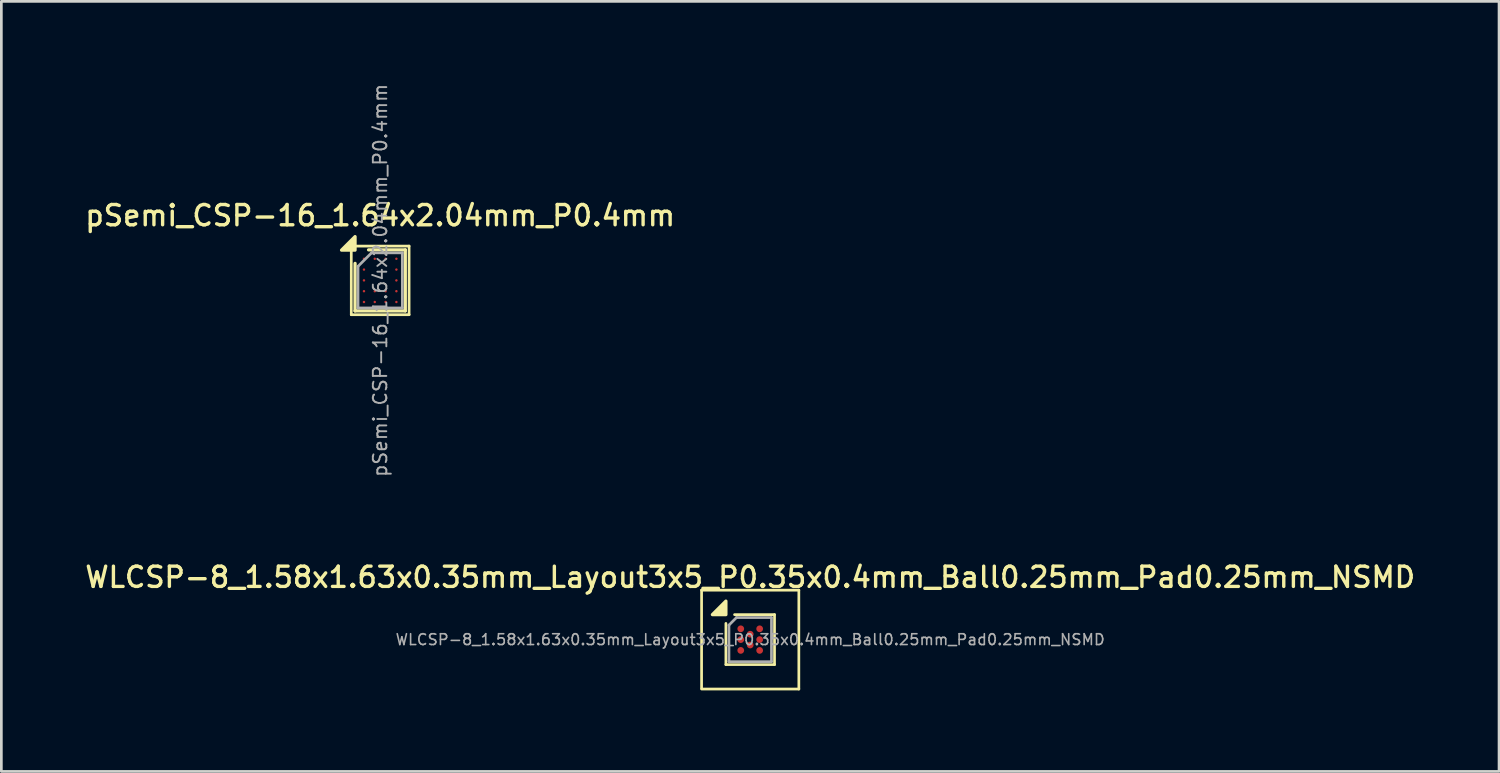
<source format=kicad_pcb>
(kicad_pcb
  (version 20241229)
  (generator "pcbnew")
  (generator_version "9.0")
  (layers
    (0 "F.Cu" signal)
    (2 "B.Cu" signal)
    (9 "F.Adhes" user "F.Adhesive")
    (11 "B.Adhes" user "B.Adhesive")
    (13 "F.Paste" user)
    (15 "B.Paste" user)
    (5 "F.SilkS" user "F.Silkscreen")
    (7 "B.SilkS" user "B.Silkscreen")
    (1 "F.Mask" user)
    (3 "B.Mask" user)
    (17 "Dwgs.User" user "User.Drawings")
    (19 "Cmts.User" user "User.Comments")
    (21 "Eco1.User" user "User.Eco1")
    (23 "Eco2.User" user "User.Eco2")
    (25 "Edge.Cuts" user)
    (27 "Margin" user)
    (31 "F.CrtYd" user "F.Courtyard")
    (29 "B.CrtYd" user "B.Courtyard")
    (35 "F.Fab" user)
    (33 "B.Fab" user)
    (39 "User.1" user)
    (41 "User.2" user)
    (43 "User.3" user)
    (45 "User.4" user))
  (footprint "WLCSP-8_1.58x1.63x0.35mm_Layout3x5_P0.35x0.4mm_Ball0.25mm_Pad0.25mm_NSMD"
    (layer "F.Cu")
    (at 24.72 20.626)
    (property "Reference" "WLCSP-8_1.58x1.63x0.35mm_Layout3x5_P0.35x0.4mm_Ball0.25mm_Pad0.25mm_NSMD" (at 0 -2.31 0) (layer "F.SilkS") (effects (font (size 0.75 0.75) (thickness 0.125))))
    (attr smd)
    (fp_line (start -1.8 1.8) (end -1.8 -1.83) (stroke (width 0.1) (type solid)) (layer "F.SilkS"))
    (fp_line (start -1.8 1.83) (end 1.8 1.83) (stroke (width 0.1) (type solid)) (layer "F.SilkS"))
    (fp_line (start -0.9 0.925) (end -0.9 -0.6) (stroke (width 0.1) (type solid)) (layer "F.SilkS"))
    (fp_line (start -0.9 0.925) (end 0.9 0.925) (stroke (width 0.1) (type solid)) (layer "F.SilkS"))
    (fp_line (start 0.9 -0.925) (end -0.58 -0.925) (stroke (width 0.1) (type solid)) (layer "F.SilkS"))
    (fp_line (start 0.9 0.925) (end 0.9 -0.925) (stroke (width 0.1) (type solid)) (layer "F.SilkS"))
    (fp_line (start 1.8 -1.83) (end -1.8 -1.83) (stroke (width 0.1) (type solid)) (layer "F.SilkS"))
    (fp_line (start 1.8 1.83) (end 1.8 -1.83) (stroke (width 0.1) (type solid)) (layer "F.SilkS"))
    (fp_poly (pts (xy -0.9 -0.925) (xy -1.4 -0.925) (xy -0.9 -1.425) (xy -0.9 -0.925)) (stroke (width 0.12) (type solid)) (fill yes) (layer "F.SilkS"))
    (fp_line (start -0.787 -0.537) (end -0.787 0.816) (stroke (width 0.1) (type solid)) (layer "F.Fab"))
    (fp_line (start -0.787 -0.537) (end -0.509 -0.816) (stroke (width 0.1) (type solid)) (layer "F.Fab"))
    (fp_line (start -0.787 0.816) (end 0.787 0.816) (stroke (width 0.1) (type solid)) (layer "F.Fab"))
    (fp_line (start 0.787 -0.816) (end -0.509 -0.816) (stroke (width 0.1) (type solid)) (layer "F.Fab"))
    (fp_line (start 0.787 -0.816) (end 0.787 0.816) (stroke (width 0.1) (type solid)) (layer "F.Fab"))
    (fp_text user "${REFERENCE}" (at 0 0 0) (layer "F.Fab") (effects (font (size 0.4 0.4) (thickness 0.06))))
    (pad "A1" smd circle (at -0.35 -0.4) (size 0.25 0.25) (property pad_prop_bga) (layers "F.Cu" "F.Mask" "F.Paste"))
    (pad "A3" smd circle (at 0.35 -0.4) (size 0.25 0.25) (property pad_prop_bga) (layers "F.Cu" "F.Mask" "F.Paste"))
    (pad "B2" smd circle (at 0 -0.2) (size 0.25 0.25) (property pad_prop_bga) (layers "F.Cu" "F.Mask" "F.Paste"))
    (pad "C1" smd circle (at -0.35 0) (size 0.25 0.25) (property pad_prop_bga) (layers "F.Cu" "F.Mask" "F.Paste"))
    (pad "C3" smd circle (at 0.35 0) (size 0.25 0.25) (property pad_prop_bga) (layers "F.Cu" "F.Mask" "F.Paste"))
    (pad "D2" smd circle (at 0 0.2) (size 0.25 0.25) (property pad_prop_bga) (layers "F.Cu" "F.Mask" "F.Paste"))
    (pad "E1" smd circle (at -0.35 0.4) (size 0.25 0.25) (property pad_prop_bga) (layers "F.Cu" "F.Mask" "F.Paste"))
    (pad "E3" smd circle (at 0.35 0.4) (size 0.25 0.25) (property pad_prop_bga) (layers "F.Cu" "F.Mask" "F.Paste")))
  (footprint "pSemi_CSP-16_1.64x2.04mm_P0.4mm"
    (layer "F.Cu")
    (at 11.023 7.329)
    (property "Reference" "pSemi_CSP-16_1.64x2.04mm_P0.4mm" (at 0 -2.4 0) (layer "F.SilkS") (effects (font (size 0.75 0.75) (thickness 0.125))))
    (attr smd)
    (fp_line (start -1.07 -1.27) (end -1.07 1.27) (stroke (width 0.1) (type solid)) (layer "F.SilkS"))
    (fp_line (start -0.93 -0.63) (end -0.93 1.13) (stroke (width 0.12) (type solid)) (layer "F.SilkS"))
    (fp_line (start 0.93 -1.13) (end -0.43 -1.13) (stroke (width 0.12) (type solid)) (layer "F.SilkS"))
    (fp_line (start 0.93 -1.13) (end 0.93 1.13) (stroke (width 0.12) (type solid)) (layer "F.SilkS"))
    (fp_line (start 0.93 1.13) (end -0.93 1.13) (stroke (width 0.12) (type solid)) (layer "F.SilkS"))
    (fp_line (start 1.07 -1.27) (end -1.07 -1.27) (stroke (width 0.1) (type solid)) (layer "F.SilkS"))
    (fp_line (start 1.07 -1.27) (end 1.07 1.27) (stroke (width 0.1) (type solid)) (layer "F.SilkS"))
    (fp_line (start 1.07 1.27) (end -1.07 1.27) (stroke (width 0.1) (type solid)) (layer "F.SilkS"))
    (fp_poly (pts (xy -0.93 -1.12) (xy -1.43 -1.12) (xy -0.93 -1.62) (xy -0.93 -1.12)) (stroke (width 0.12) (type solid)) (fill yes) (layer "F.SilkS"))
    (fp_line (start -0.82 1.02) (end -0.82 -0.52) (stroke (width 0.1) (type solid)) (layer "F.Fab"))
    (fp_line (start -0.32 -1.02) (end -0.82 -0.52) (stroke (width 0.1) (type solid)) (layer "F.Fab"))
    (fp_line (start -0.32 -1.02) (end 0.82 -1.02) (stroke (width 0.1) (type solid)) (layer "F.Fab"))
    (fp_line (start 0.82 -1.02) (end 0.82 1.02) (stroke (width 0.1) (type solid)) (layer "F.Fab"))
    (fp_line (start 0.82 1.02) (end -0.82 1.02) (stroke (width 0.1) (type solid)) (layer "F.Fab"))
    (fp_text user "${REFERENCE}" (at 0 0 90) (layer "F.Fab") (effects (font (size 0.5 0.5) (thickness 0.07))))
    (pad "1" smd circle (at -0.6 -0.8) (size 0.09 0.09) (property pad_prop_bga) (layers "F.Cu" "F.Mask" "F.Paste"))
    (pad "2" smd circle (at -0.6 -0.4) (size 0.09 0.09) (property pad_prop_bga) (layers "F.Cu" "F.Mask" "F.Paste"))
    (pad "3" smd circle (at -0.6 0) (size 0.09 0.09) (property pad_prop_bga) (layers "F.Cu" "F.Mask" "F.Paste"))
    (pad "4" smd circle (at -0.6 0.4) (size 0.09 0.09) (property pad_prop_bga) (layers "F.Cu" "F.Mask" "F.Paste"))
    (pad "5" smd circle (at -0.6 0.8) (size 0.09 0.09) (property pad_prop_bga) (layers "F.Cu" "F.Mask" "F.Paste"))
    (pad "6" smd circle (at -0.2 -0.8) (size 0.09 0.09) (property pad_prop_bga) (layers "F.Cu" "F.Mask" "F.Paste"))
    (pad "7" smd circle (at -0.2 0.4) (size 0.09 0.09) (property pad_prop_bga) (layers "F.Cu" "F.Mask" "F.Paste"))
    (pad "8" smd circle (at -0.2 0.8) (size 0.09 0.09) (property pad_prop_bga) (layers "F.Cu" "F.Mask" "F.Paste"))
    (pad "9" smd circle (at 0.2 -0.8) (size 0.09 0.09) (property pad_prop_bga) (layers "F.Cu" "F.Mask" "F.Paste"))
    (pad "10" smd circle (at 0.2 0.4) (size 0.09 0.09) (property pad_prop_bga) (layers "F.Cu" "F.Mask" "F.Paste"))
    (pad "11" smd circle (at 0.2 0.8) (size 0.09 0.09) (property pad_prop_bga) (layers "F.Cu" "F.Mask" "F.Paste"))
    (pad "12" smd circle (at 0.6 -0.8) (size 0.09 0.09) (property pad_prop_bga) (layers "F.Cu" "F.Mask" "F.Paste"))
    (pad "13" smd circle (at 0.6 -0.4) (size 0.09 0.09) (property pad_prop_bga) (layers "F.Cu" "F.Mask" "F.Paste"))
    (pad "14" smd circle (at 0.6 0) (size 0.09 0.09) (property pad_prop_bga) (layers "F.Cu" "F.Mask" "F.Paste"))
    (pad "15" smd circle (at 0.6 0.4) (size 0.09 0.09) (property pad_prop_bga) (layers "F.Cu" "F.Mask" "F.Paste"))
    (pad "16" smd circle (at 0.6 0.8) (size 0.09 0.09) (property pad_prop_bga) (layers "F.Cu" "F.Mask" "F.Paste")))
  (gr_rect
    (start -3 -3)
    (end 52.439 25.506)
    (stroke (width 0.1) (type default))
    (fill no)
    (layer "Edge.Cuts")))
</source>
